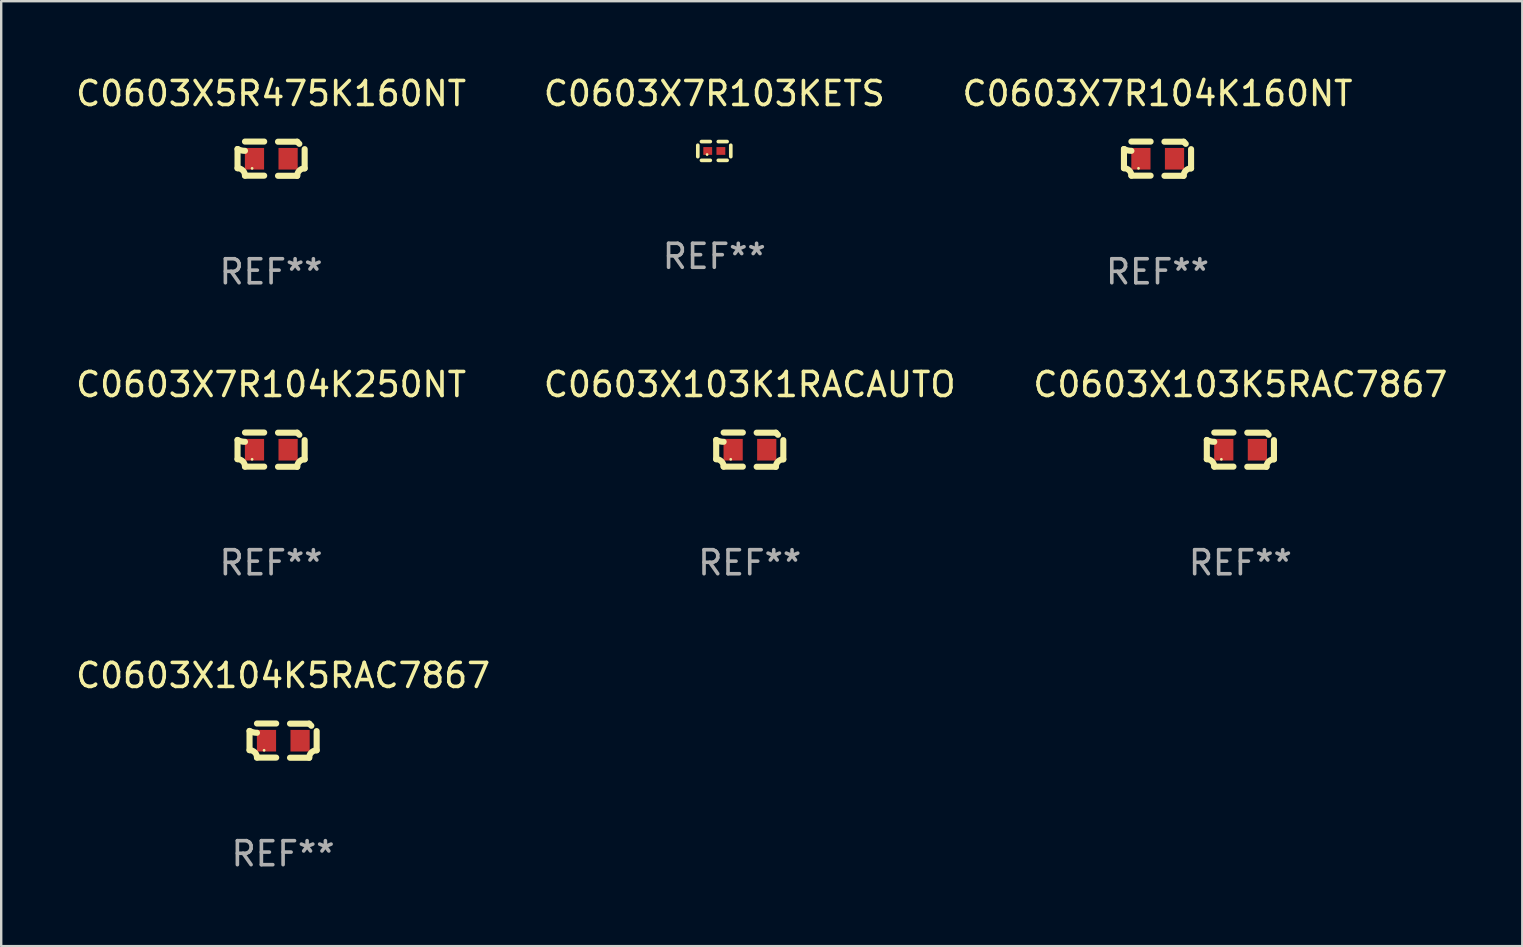
<source format=kicad_pcb>
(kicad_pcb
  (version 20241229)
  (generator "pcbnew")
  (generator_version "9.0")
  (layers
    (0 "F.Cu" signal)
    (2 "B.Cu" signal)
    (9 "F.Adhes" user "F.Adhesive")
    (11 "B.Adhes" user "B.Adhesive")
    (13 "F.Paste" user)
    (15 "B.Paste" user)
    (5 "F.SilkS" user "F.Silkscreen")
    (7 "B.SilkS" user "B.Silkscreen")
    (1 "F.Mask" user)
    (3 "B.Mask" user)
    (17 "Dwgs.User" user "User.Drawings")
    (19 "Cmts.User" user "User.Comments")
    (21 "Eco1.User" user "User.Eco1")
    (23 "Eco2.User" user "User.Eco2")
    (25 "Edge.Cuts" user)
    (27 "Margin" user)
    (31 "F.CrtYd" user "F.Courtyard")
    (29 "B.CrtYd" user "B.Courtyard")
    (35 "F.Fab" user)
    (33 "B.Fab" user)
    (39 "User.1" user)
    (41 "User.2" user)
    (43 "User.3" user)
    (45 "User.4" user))
  (footprint "C0603X103K5RAC7867"
    (layer "F.Cu")
    (at 48.625 15.683)
    (property "Reference" "C0603X103K5RAC7867" (at 0 -2.713 0) (layer "F.SilkS") (effects (font (size 1 1) (thickness 0.15))))
    (attr through_hole)
    (fp_line (start -1.398 -0.403) (end -1.398 0.397) (stroke (width 0.254) (type solid)) (layer "F.SilkS"))
    (fp_line (start -0.288 -0.713) (end -1.088 -0.713) (stroke (width 0.254) (type solid)) (layer "F.SilkS"))
    (fp_line (start -0.288 0.707) (end -1.088 0.707) (stroke (width 0.254) (type solid)) (layer "F.SilkS"))
    (fp_line (start 0.288 -0.707) (end 1.088 -0.707) (stroke (width 0.254) (type solid)) (layer "F.SilkS"))
    (fp_line (start 0.288 0.713) (end 1.088 0.713) (stroke (width 0.254) (type solid)) (layer "F.SilkS"))
    (fp_line (start 1.398 -0.397) (end 1.398 0.403) (stroke (width 0.254) (type solid)) (layer "F.SilkS"))
    (fp_arc (start -1.397789 0.397066) (mid -1.178701 0.487826) (end -1.08796 0.706922) (stroke (width 0.254001) (type solid)) (layer "F.SilkS"))
    (fp_arc (start -1.08796 -0.327176) (mid -1.247436 -0.346384) (end -1.39779 -0.402908) (stroke (width 0.254001) (type solid)) (layer "F.SilkS"))
    (fp_arc (start 1.087909 0.712738) (mid 1.178656 0.493655) (end 1.397739 0.402908) (stroke (width 0.254001) (type solid)) (layer "F.SilkS"))
    (fp_arc (start 1.175925 -0.618926) (mid 1.131917 -0.662923) (end 1.08791 -0.706922) (stroke (width 0.254001) (type solid)) (layer "F.SilkS"))
    (fp_circle (center -0.792 0.403) (end -0.762 0.403) (stroke (width 0.06) (type solid)) (fill no) (layer "F.SilkS"))
    (fp_text user "REF**" (at 0 4.713 0) (layer "F.Fab") (effects (font (size 1 1) (thickness 0.15))))
    (pad "1" smd rect (at -0.692 0.003) (size 0.8 0.9) (layers "F.Cu" "F.Mask" "F.Paste"))
    (pad "2" smd rect (at 0.708 0.003) (size 0.8 0.9) (layers "F.Cu" "F.Mask" "F.Paste")))
  (footprint "C0603X7R104K250NT"
    (layer "F.Cu")
    (at 8.244 15.683)
    (property "Reference" "C0603X7R104K250NT" (at 0 -2.713 0) (layer "F.SilkS") (effects (font (size 1 1) (thickness 0.15))))
    (attr through_hole)
    (fp_line (start -1.398 -0.403) (end -1.398 0.397) (stroke (width 0.254) (type solid)) (layer "F.SilkS"))
    (fp_line (start -0.288 -0.713) (end -1.088 -0.713) (stroke (width 0.254) (type solid)) (layer "F.SilkS"))
    (fp_line (start -0.288 0.707) (end -1.088 0.707) (stroke (width 0.254) (type solid)) (layer "F.SilkS"))
    (fp_line (start 0.288 -0.707) (end 1.088 -0.707) (stroke (width 0.254) (type solid)) (layer "F.SilkS"))
    (fp_line (start 0.288 0.713) (end 1.088 0.713) (stroke (width 0.254) (type solid)) (layer "F.SilkS"))
    (fp_line (start 1.398 -0.397) (end 1.398 0.403) (stroke (width 0.254) (type solid)) (layer "F.SilkS"))
    (fp_arc (start -1.397789 0.397066) (mid -1.178701 0.487826) (end -1.08796 0.706922) (stroke (width 0.254001) (type solid)) (layer "F.SilkS"))
    (fp_arc (start -1.08796 -0.327176) (mid -1.247436 -0.346384) (end -1.39779 -0.402908) (stroke (width 0.254001) (type solid)) (layer "F.SilkS"))
    (fp_arc (start 1.087909 0.712738) (mid 1.178656 0.493655) (end 1.397739 0.402908) (stroke (width 0.254001) (type solid)) (layer "F.SilkS"))
    (fp_arc (start 1.175925 -0.618926) (mid 1.131917 -0.662923) (end 1.08791 -0.706922) (stroke (width 0.254001) (type solid)) (layer "F.SilkS"))
    (fp_circle (center -0.792 0.403) (end -0.762 0.403) (stroke (width 0.06) (type solid)) (fill no) (layer "F.SilkS"))
    (fp_text user "REF**" (at 0 4.713 0) (layer "F.Fab") (effects (font (size 1 1) (thickness 0.15))))
    (pad "1" smd rect (at -0.692 0.003) (size 0.8 0.9) (layers "F.Cu" "F.Mask" "F.Paste"))
    (pad "2" smd rect (at 0.708 0.003) (size 0.8 0.9) (layers "F.Cu" "F.Mask" "F.Paste")))
  (footprint "C0603X7R104K160NT"
    (layer "F.Cu")
    (at 45.173 3.561)
    (property "Reference" "C0603X7R104K160NT" (at 0 -2.713 0) (layer "F.SilkS") (effects (font (size 1 1) (thickness 0.15))))
    (attr through_hole)
    (fp_line (start -1.398 -0.403) (end -1.398 0.397) (stroke (width 0.254) (type solid)) (layer "F.SilkS"))
    (fp_line (start -0.288 -0.713) (end -1.088 -0.713) (stroke (width 0.254) (type solid)) (layer "F.SilkS"))
    (fp_line (start -0.288 0.707) (end -1.088 0.707) (stroke (width 0.254) (type solid)) (layer "F.SilkS"))
    (fp_line (start 0.288 -0.707) (end 1.088 -0.707) (stroke (width 0.254) (type solid)) (layer "F.SilkS"))
    (fp_line (start 0.288 0.713) (end 1.088 0.713) (stroke (width 0.254) (type solid)) (layer "F.SilkS"))
    (fp_line (start 1.398 -0.397) (end 1.398 0.403) (stroke (width 0.254) (type solid)) (layer "F.SilkS"))
    (fp_arc (start -1.397789 0.397066) (mid -1.178701 0.487826) (end -1.08796 0.706922) (stroke (width 0.254001) (type solid)) (layer "F.SilkS"))
    (fp_arc (start -1.08796 -0.327176) (mid -1.247436 -0.346384) (end -1.39779 -0.402908) (stroke (width 0.254001) (type solid)) (layer "F.SilkS"))
    (fp_arc (start 1.087909 0.712738) (mid 1.178656 0.493655) (end 1.397739 0.402908) (stroke (width 0.254001) (type solid)) (layer "F.SilkS"))
    (fp_arc (start 1.175925 -0.618926) (mid 1.131917 -0.662923) (end 1.08791 -0.706922) (stroke (width 0.254001) (type solid)) (layer "F.SilkS"))
    (fp_circle (center -0.792 0.403) (end -0.762 0.403) (stroke (width 0.06) (type solid)) (fill no) (layer "F.SilkS"))
    (fp_text user "REF**" (at 0 4.713 0) (layer "F.Fab") (effects (font (size 1 1) (thickness 0.15))))
    (pad "1" smd rect (at -0.692 0.003) (size 0.8 0.9) (layers "F.Cu" "F.Mask" "F.Paste"))
    (pad "2" smd rect (at 0.708 0.003) (size 0.8 0.9) (layers "F.Cu" "F.Mask" "F.Paste")))
  (footprint "C0603X104K5RAC7867"
    (layer "F.Cu")
    (at 8.744 27.805)
    (property "Reference" "C0603X104K5RAC7867" (at 0 -2.713 0) (layer "F.SilkS") (effects (font (size 1 1) (thickness 0.15))))
    (attr through_hole)
    (fp_line (start -1.398 -0.403) (end -1.398 0.397) (stroke (width 0.254) (type solid)) (layer "F.SilkS"))
    (fp_line (start -0.288 -0.713) (end -1.088 -0.713) (stroke (width 0.254) (type solid)) (layer "F.SilkS"))
    (fp_line (start -0.288 0.707) (end -1.088 0.707) (stroke (width 0.254) (type solid)) (layer "F.SilkS"))
    (fp_line (start 0.288 -0.707) (end 1.088 -0.707) (stroke (width 0.254) (type solid)) (layer "F.SilkS"))
    (fp_line (start 0.288 0.713) (end 1.088 0.713) (stroke (width 0.254) (type solid)) (layer "F.SilkS"))
    (fp_line (start 1.398 -0.397) (end 1.398 0.403) (stroke (width 0.254) (type solid)) (layer "F.SilkS"))
    (fp_arc (start -1.397789 0.397066) (mid -1.178701 0.487826) (end -1.08796 0.706922) (stroke (width 0.254001) (type solid)) (layer "F.SilkS"))
    (fp_arc (start -1.08796 -0.327176) (mid -1.247436 -0.346384) (end -1.39779 -0.402908) (stroke (width 0.254001) (type solid)) (layer "F.SilkS"))
    (fp_arc (start 1.087909 0.712738) (mid 1.178656 0.493655) (end 1.397739 0.402908) (stroke (width 0.254001) (type solid)) (layer "F.SilkS"))
    (fp_arc (start 1.175925 -0.618926) (mid 1.131917 -0.662923) (end 1.08791 -0.706922) (stroke (width 0.254001) (type solid)) (layer "F.SilkS"))
    (fp_circle (center -0.792 0.403) (end -0.762 0.403) (stroke (width 0.06) (type solid)) (fill no) (layer "F.SilkS"))
    (fp_text user "REF**" (at 0 4.713 0) (layer "F.Fab") (effects (font (size 1 1) (thickness 0.15))))
    (pad "1" smd rect (at -0.692 0.003) (size 0.8 0.9) (layers "F.Cu" "F.Mask" "F.Paste"))
    (pad "2" smd rect (at 0.708 0.003) (size 0.8 0.9) (layers "F.Cu" "F.Mask" "F.Paste")))
  (footprint "C0603X5R475K160NT"
    (layer "F.Cu")
    (at 8.244 3.561)
    (property "Reference" "C0603X5R475K160NT" (at 0 -2.713 0) (layer "F.SilkS") (effects (font (size 1 1) (thickness 0.15))))
    (attr through_hole)
    (fp_line (start -1.398 -0.403) (end -1.398 0.397) (stroke (width 0.254) (type solid)) (layer "F.SilkS"))
    (fp_line (start -0.288 -0.713) (end -1.088 -0.713) (stroke (width 0.254) (type solid)) (layer "F.SilkS"))
    (fp_line (start -0.288 0.707) (end -1.088 0.707) (stroke (width 0.254) (type solid)) (layer "F.SilkS"))
    (fp_line (start 0.288 -0.707) (end 1.088 -0.707) (stroke (width 0.254) (type solid)) (layer "F.SilkS"))
    (fp_line (start 0.288 0.713) (end 1.088 0.713) (stroke (width 0.254) (type solid)) (layer "F.SilkS"))
    (fp_line (start 1.398 -0.397) (end 1.398 0.403) (stroke (width 0.254) (type solid)) (layer "F.SilkS"))
    (fp_arc (start -1.397789 0.397066) (mid -1.178701 0.487826) (end -1.08796 0.706922) (stroke (width 0.254001) (type solid)) (layer "F.SilkS"))
    (fp_arc (start -1.08796 -0.327176) (mid -1.247436 -0.346384) (end -1.39779 -0.402908) (stroke (width 0.254001) (type solid)) (layer "F.SilkS"))
    (fp_arc (start 1.087909 0.712738) (mid 1.178656 0.493655) (end 1.397739 0.402908) (stroke (width 0.254001) (type solid)) (layer "F.SilkS"))
    (fp_arc (start 1.175925 -0.618926) (mid 1.131917 -0.662923) (end 1.08791 -0.706922) (stroke (width 0.254001) (type solid)) (layer "F.SilkS"))
    (fp_circle (center -0.792 0.403) (end -0.762 0.403) (stroke (width 0.06) (type solid)) (fill no) (layer "F.SilkS"))
    (fp_text user "REF**" (at 0 4.713 0) (layer "F.Fab") (effects (font (size 1 1) (thickness 0.15))))
    (pad "1" smd rect (at -0.692 0.003) (size 0.8 0.9) (layers "F.Cu" "F.Mask" "F.Paste"))
    (pad "2" smd rect (at 0.708 0.003) (size 0.8 0.9) (layers "F.Cu" "F.Mask" "F.Paste")))
  (footprint "C0603X103K1RACAUTO"
    (layer "F.Cu")
    (at 28.185 15.683)
    (property "Reference" "C0603X103K1RACAUTO" (at 0 -2.713 0) (layer "F.SilkS") (effects (font (size 1 1) (thickness 0.15))))
    (attr through_hole)
    (fp_line (start -1.398 -0.403) (end -1.398 0.397) (stroke (width 0.254) (type solid)) (layer "F.SilkS"))
    (fp_line (start -0.288 -0.713) (end -1.088 -0.713) (stroke (width 0.254) (type solid)) (layer "F.SilkS"))
    (fp_line (start -0.288 0.707) (end -1.088 0.707) (stroke (width 0.254) (type solid)) (layer "F.SilkS"))
    (fp_line (start 0.288 -0.707) (end 1.088 -0.707) (stroke (width 0.254) (type solid)) (layer "F.SilkS"))
    (fp_line (start 0.288 0.713) (end 1.088 0.713) (stroke (width 0.254) (type solid)) (layer "F.SilkS"))
    (fp_line (start 1.398 -0.397) (end 1.398 0.403) (stroke (width 0.254) (type solid)) (layer "F.SilkS"))
    (fp_arc (start -1.397789 0.397066) (mid -1.178701 0.487826) (end -1.08796 0.706922) (stroke (width 0.254001) (type solid)) (layer "F.SilkS"))
    (fp_arc (start -1.08796 -0.327176) (mid -1.247436 -0.346384) (end -1.39779 -0.402908) (stroke (width 0.254001) (type solid)) (layer "F.SilkS"))
    (fp_arc (start 1.087909 0.712738) (mid 1.178656 0.493655) (end 1.397739 0.402908) (stroke (width 0.254001) (type solid)) (layer "F.SilkS"))
    (fp_arc (start 1.175925 -0.618926) (mid 1.131917 -0.662923) (end 1.08791 -0.706922) (stroke (width 0.254001) (type solid)) (layer "F.SilkS"))
    (fp_circle (center -0.792 0.403) (end -0.762 0.403) (stroke (width 0.06) (type solid)) (fill no) (layer "F.SilkS"))
    (fp_text user "REF**" (at 0 4.713 0) (layer "F.Fab") (effects (font (size 1 1) (thickness 0.15))))
    (pad "1" smd rect (at -0.692 0.003) (size 0.8 0.9) (layers "F.Cu" "F.Mask" "F.Paste"))
    (pad "2" smd rect (at 0.708 0.003) (size 0.8 0.9) (layers "F.Cu" "F.Mask" "F.Paste")))
  (footprint "C0603X7R103KETS"
    (layer "F.Cu")
    (at 26.708 3.239)
    (property "Reference" "C0603X7R103KETS" (at 0 -2.391 0) (layer "F.SilkS") (effects (font (size 1 1) (thickness 0.15))))
    (attr through_hole)
    (fp_line (start -0.687 0.238) (end -0.687 -0.238) (stroke (width 0.152) (type solid)) (layer "F.SilkS"))
    (fp_line (start -0.535 -0.391) (end -0.166 -0.391) (stroke (width 0.152) (type solid)) (layer "F.SilkS"))
    (fp_line (start -0.166 0.391) (end -0.535 0.391) (stroke (width 0.152) (type solid)) (layer "F.SilkS"))
    (fp_line (start 0.166 0.391) (end 0.535 0.391) (stroke (width 0.152) (type solid)) (layer "F.SilkS"))
    (fp_line (start 0.535 -0.391) (end 0.166 -0.391) (stroke (width 0.152) (type solid)) (layer "F.SilkS"))
    (fp_line (start 0.687 0.238) (end 0.687 -0.238) (stroke (width 0.152) (type solid)) (layer "F.SilkS"))
    (fp_circle (center -0.3 0.15) (end -0.27 0.15) (stroke (width 0.06) (type solid)) (fill no) (layer "F.SilkS"))
    (fp_text user "REF**" (at 0 4.391 0) (layer "F.Fab") (effects (font (size 1 1) (thickness 0.15))))
    (pad "1" smd rect (at -0.274 0) (size 0.368 0.324) (layers "F.Cu" "F.Mask" "F.Paste"))
    (pad "2" smd rect (at 0.274 0) (size 0.368 0.324) (layers "F.Cu" "F.Mask" "F.Paste")))
  (gr_rect
    (start -3 -3)
    (end 60.369 36.366)
    (stroke (width 0.1) (type default))
    (fill no)
    (layer "Edge.Cuts")))
</source>
